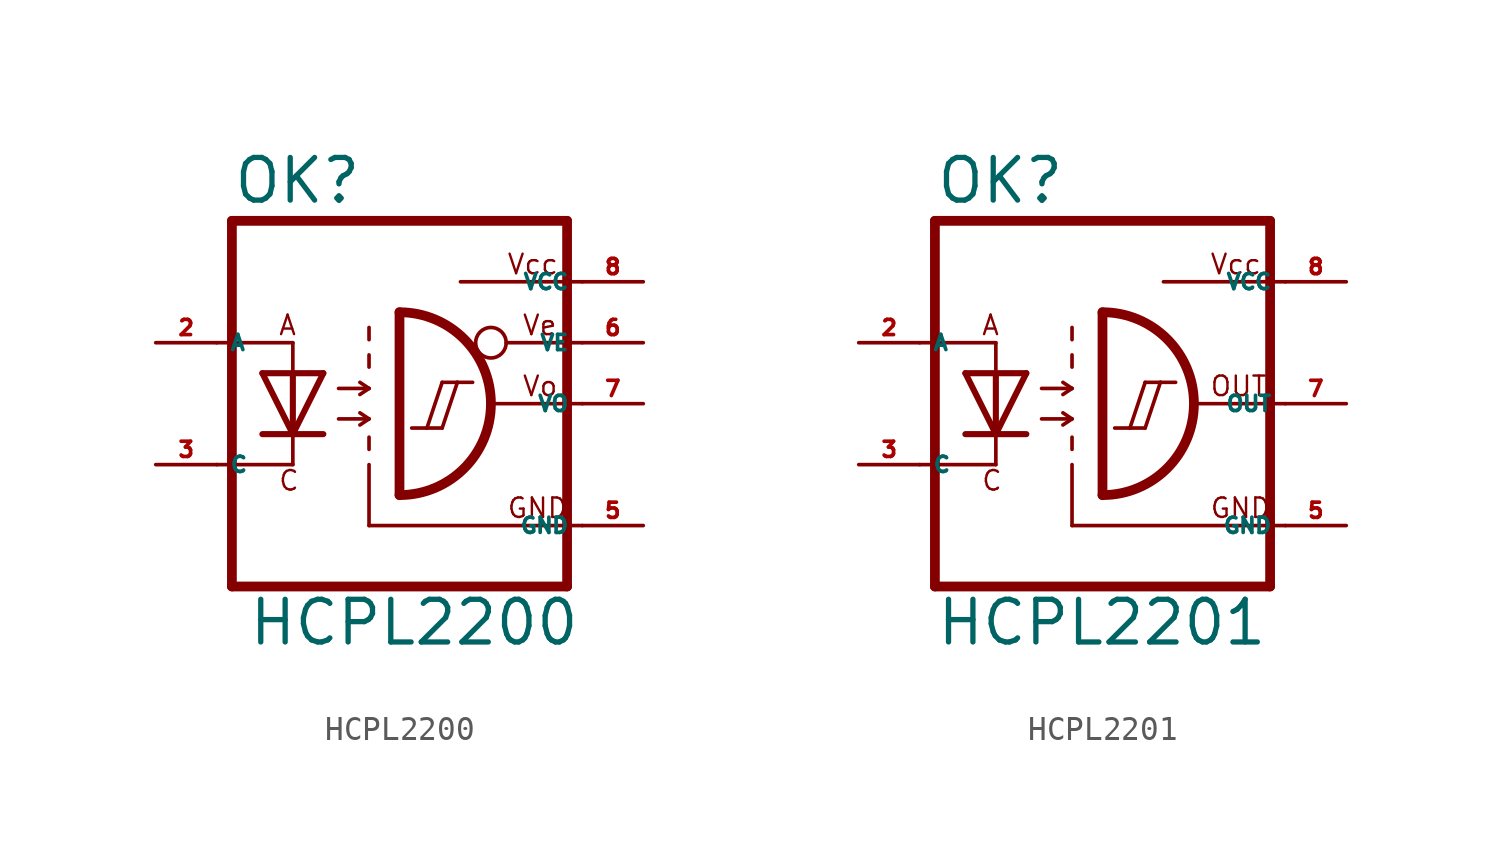
<source format=kicad_sym>
(kicad_symbol_lib
  (version 20220914)
  (generator kicad_symbol_editor)
  (symbol "HCPL2200"
    (property "Reference" "OK"
      (at -6.985 8.255 0)
      (effects (font (size 1.778 1.778) (thickness 0.22)) (justify left bottom)))
    (property "Value" "HCPL2200"
      (at -6.35 -10.16 0)
      (effects (font (size 1.778 1.778) (thickness 0.22)) (justify left bottom)))
    (symbol "HCPL2200_1_1"
      (arc (start 0 -3.81) (mid 3.7934 0) (end 0 3.81) (stroke (width 0.4064) (type default)) (fill (type none)))
      (polyline (pts (xy -7.62 -2.54) (xy -4.445 -2.54)) (stroke (width 0.152) (type default)) (fill (type none)))
      (polyline (pts (xy -7.62 2.54) (xy -4.445 2.54)) (stroke (width 0.152) (type default)) (fill (type none)))
      (polyline (pts (xy -6.985 7.62) (xy -6.985 -7.62)) (stroke (width 0.406) (type default)) (fill (type none)))
      (polyline (pts (xy -4.445 -2.54) (xy -4.445 -1.27)) (stroke (width 0.152) (type default)) (fill (type none)))
      (polyline (pts (xy -4.445 -1.27) (xy -5.715 -1.27)) (stroke (width 0.254) (type default)) (fill (type none)))
      (polyline (pts (xy -4.445 -1.27) (xy -5.715 1.27)) (stroke (width 0.254) (type default)) (fill (type none)))
      (polyline (pts (xy -4.445 1.27) (xy -5.715 1.27)) (stroke (width 0.254) (type default)) (fill (type none)))
      (polyline (pts (xy -4.445 1.27) (xy -4.445 -1.27)) (stroke (width 0.254) (type default)) (fill (type none)))
      (polyline (pts (xy -4.445 1.27) (xy -4.445 2.54)) (stroke (width 0.152) (type default)) (fill (type none)))
      (polyline (pts (xy -3.175 -1.27) (xy -4.445 -1.27)) (stroke (width 0.254) (type default)) (fill (type none)))
      (polyline (pts (xy -3.175 1.27) (xy -4.445 -1.27)) (stroke (width 0.254) (type default)) (fill (type none)))
      (polyline (pts (xy -3.175 1.27) (xy -4.445 1.27)) (stroke (width 0.254) (type default)) (fill (type none)))
      (polyline (pts (xy -2.54 -0.635) (xy -1.27 -0.635)) (stroke (width 0.152) (type default)) (fill (type none)))
      (polyline (pts (xy -2.54 0.635) (xy -1.27 0.635)) (stroke (width 0.152) (type default)) (fill (type none)))
      (polyline (pts (xy -1.27 -5.08) (xy -1.27 -2.54)) (stroke (width 0.152) (type default)) (fill (type none)))
      (polyline (pts (xy -1.27 -5.08) (xy 7.62 -5.08)) (stroke (width 0.152) (type default)) (fill (type none)))
      (polyline (pts (xy -1.27 -1.905) (xy -1.27 -1.397)) (stroke (width 0.152) (type default)) (fill (type none)))
      (polyline (pts (xy -1.27 -0.635) (xy -1.651 -0.889)) (stroke (width 0.152) (type default)) (fill (type none)))
      (polyline (pts (xy -1.27 -0.635) (xy -1.651 -0.381)) (stroke (width 0.152) (type default)) (fill (type none)))
      (polyline (pts (xy -1.27 0.635) (xy -1.651 0.381)) (stroke (width 0.152) (type default)) (fill (type none)))
      (polyline (pts (xy -1.27 0.635) (xy -1.651 0.889)) (stroke (width 0.152) (type default)) (fill (type none)))
      (polyline (pts (xy -1.27 1.524) (xy -1.27 2.032)) (stroke (width 0.152) (type default)) (fill (type none)))
      (polyline (pts (xy -1.27 2.667) (xy -1.27 3.175)) (stroke (width 0.152) (type default)) (fill (type none)))
      (polyline (pts (xy 0 3.81) (xy 0 -3.81)) (stroke (width 0.406) (type default)) (fill (type none)))
      (polyline (pts (xy 0.508 -1.016) (xy 1.143 -1.016)) (stroke (width 0.152) (type default)) (fill (type none)))
      (polyline (pts (xy 1.143 -1.016) (xy 1.778 -1.016)) (stroke (width 0.152) (type default)) (fill (type none)))
      (polyline (pts (xy 1.143 -1.016) (xy 1.778 0.889)) (stroke (width 0.152) (type default)) (fill (type none)))
      (polyline (pts (xy 1.778 -1.016) (xy 2.413 0.889)) (stroke (width 0.152) (type default)) (fill (type none)))
      (polyline (pts (xy 1.778 0.889) (xy 2.413 0.889)) (stroke (width 0.152) (type default)) (fill (type none)))
      (polyline (pts (xy 2.413 0.889) (xy 3.048 0.889)) (stroke (width 0.152) (type default)) (fill (type none)))
      (polyline (pts (xy 2.54 5.08) (xy 7.62 5.08)) (stroke (width 0.152) (type default)) (fill (type none)))
      (polyline (pts (xy 3.937 0) (xy 7.62 0)) (stroke (width 0.152) (type default)) (fill (type none)))
      (polyline (pts (xy 4.445 2.54) (xy 7.62 2.54)) (stroke (width 0.152) (type default)) (fill (type none)))
      (polyline (pts (xy 6.985 -7.62) (xy -6.985 -7.62)) (stroke (width 0.406) (type default)) (fill (type none)))
      (polyline (pts (xy 6.985 7.62) (xy -6.985 7.62)) (stroke (width 0.406) (type default)) (fill (type none)))
      (polyline (pts (xy 6.985 7.62) (xy 6.985 -7.62)) (stroke (width 0.406) (type default)) (fill (type none)))
      (circle (center 3.81 2.54) (radius 0.635) (stroke (width 0.152) (type default)) (fill (type none)))
      (text "A" (at -5.08 2.794 0) (effects (font (size 0.813 0.813) (thickness 0.1)) (justify left bottom)))
      (text "C" (at -5.08 -3.683 0) (effects (font (size 0.813 0.813) (thickness 0.1)) (justify left bottom)))
      (text "GND" (at 4.445 -4.826 0) (effects (font (size 0.813 0.813) (thickness 0.1)) (justify left bottom)))
      (text "Vcc" (at 4.445 5.334 0) (effects (font (size 0.813 0.813) (thickness 0.1)) (justify left bottom)))
      (text "Ve" (at 5.08 2.794 0) (effects (font (size 0.813 0.813) (thickness 0.1)) (justify left bottom)))
      (text "Vo" (at 5.08 0.254 0) (effects (font (size 0.813 0.813) (thickness 0.1)) (justify left bottom)))
      (pin passive line (at -10.16 2.54 0) (length 2.54) (name "A" (effects (font (size 0.635 0.635)))) (number "2" (effects (font (size 0.635 0.635)))))
      (pin passive line (at -10.16 -2.54 0) (length 2.54) (name "C" (effects (font (size 0.635 0.635)))) (number "3" (effects (font (size 0.635 0.635)))))
      (pin passive line (at 10.16 -5.08 180) (length 2.54) (name "GND" (effects (font (size 0.635 0.635)))) (number "5" (effects (font (size 0.635 0.635)))))
      (pin passive line (at 10.16 2.54 180) (length 2.54) (name "VE" (effects (font (size 0.635 0.635)))) (number "6" (effects (font (size 0.635 0.635)))))
      (pin passive line (at 10.16 0 180) (length 2.54) (name "VO" (effects (font (size 0.635 0.635)))) (number "7" (effects (font (size 0.635 0.635)))))
      (pin passive line (at 10.16 5.08 180) (length 2.54) (name "VCC" (effects (font (size 0.635 0.635)))) (number "8" (effects (font (size 0.635 0.635)))))))
  (symbol "HCPL2201"
    (property "Reference" "OK"
      (at -6.985 8.255 0)
      (effects (font (size 1.778 1.778) (thickness 0.22)) (justify left bottom)))
    (property "Value" "HCPL2201"
      (at -6.985 -10.16 0)
      (effects (font (size 1.778 1.778) (thickness 0.22)) (justify left bottom)))
    (symbol "HCPL2201_1_1"
      (arc (start 0 -3.81) (mid 3.7934 0) (end 0 3.81) (stroke (width 0.4064) (type default)) (fill (type none)))
      (polyline (pts (xy -7.62 -2.54) (xy -4.445 -2.54)) (stroke (width 0.152) (type default)) (fill (type none)))
      (polyline (pts (xy -7.62 2.54) (xy -4.445 2.54)) (stroke (width 0.152) (type default)) (fill (type none)))
      (polyline (pts (xy -6.985 7.62) (xy -6.985 -7.62)) (stroke (width 0.406) (type default)) (fill (type none)))
      (polyline (pts (xy -4.445 -2.54) (xy -4.445 -1.27)) (stroke (width 0.152) (type default)) (fill (type none)))
      (polyline (pts (xy -4.445 -1.27) (xy -5.715 -1.27)) (stroke (width 0.254) (type default)) (fill (type none)))
      (polyline (pts (xy -4.445 -1.27) (xy -5.715 1.27)) (stroke (width 0.254) (type default)) (fill (type none)))
      (polyline (pts (xy -4.445 1.27) (xy -5.715 1.27)) (stroke (width 0.254) (type default)) (fill (type none)))
      (polyline (pts (xy -4.445 1.27) (xy -4.445 -1.27)) (stroke (width 0.254) (type default)) (fill (type none)))
      (polyline (pts (xy -4.445 1.27) (xy -4.445 2.54)) (stroke (width 0.152) (type default)) (fill (type none)))
      (polyline (pts (xy -3.175 -1.27) (xy -4.445 -1.27)) (stroke (width 0.254) (type default)) (fill (type none)))
      (polyline (pts (xy -3.175 1.27) (xy -4.445 -1.27)) (stroke (width 0.254) (type default)) (fill (type none)))
      (polyline (pts (xy -3.175 1.27) (xy -4.445 1.27)) (stroke (width 0.254) (type default)) (fill (type none)))
      (polyline (pts (xy -2.54 -0.635) (xy -1.27 -0.635)) (stroke (width 0.152) (type default)) (fill (type none)))
      (polyline (pts (xy -2.54 0.635) (xy -1.27 0.635)) (stroke (width 0.152) (type default)) (fill (type none)))
      (polyline (pts (xy -1.27 -5.08) (xy -1.27 -2.54)) (stroke (width 0.152) (type default)) (fill (type none)))
      (polyline (pts (xy -1.27 -5.08) (xy 7.62 -5.08)) (stroke (width 0.152) (type default)) (fill (type none)))
      (polyline (pts (xy -1.27 -1.905) (xy -1.27 -1.397)) (stroke (width 0.152) (type default)) (fill (type none)))
      (polyline (pts (xy -1.27 -0.635) (xy -1.651 -0.889)) (stroke (width 0.152) (type default)) (fill (type none)))
      (polyline (pts (xy -1.27 -0.635) (xy -1.651 -0.381)) (stroke (width 0.152) (type default)) (fill (type none)))
      (polyline (pts (xy -1.27 0.635) (xy -1.651 0.381)) (stroke (width 0.152) (type default)) (fill (type none)))
      (polyline (pts (xy -1.27 0.635) (xy -1.651 0.889)) (stroke (width 0.152) (type default)) (fill (type none)))
      (polyline (pts (xy -1.27 1.524) (xy -1.27 2.032)) (stroke (width 0.152) (type default)) (fill (type none)))
      (polyline (pts (xy -1.27 2.667) (xy -1.27 3.175)) (stroke (width 0.152) (type default)) (fill (type none)))
      (polyline (pts (xy 0 3.81) (xy 0 -3.81)) (stroke (width 0.406) (type default)) (fill (type none)))
      (polyline (pts (xy 0.508 -1.016) (xy 1.143 -1.016)) (stroke (width 0.152) (type default)) (fill (type none)))
      (polyline (pts (xy 1.143 -1.016) (xy 1.778 -1.016)) (stroke (width 0.152) (type default)) (fill (type none)))
      (polyline (pts (xy 1.143 -1.016) (xy 1.778 0.889)) (stroke (width 0.152) (type default)) (fill (type none)))
      (polyline (pts (xy 1.778 -1.016) (xy 2.413 0.889)) (stroke (width 0.152) (type default)) (fill (type none)))
      (polyline (pts (xy 1.778 0.889) (xy 2.413 0.889)) (stroke (width 0.152) (type default)) (fill (type none)))
      (polyline (pts (xy 2.413 0.889) (xy 3.048 0.889)) (stroke (width 0.152) (type default)) (fill (type none)))
      (polyline (pts (xy 2.54 5.08) (xy 7.62 5.08)) (stroke (width 0.152) (type default)) (fill (type none)))
      (polyline (pts (xy 3.937 0) (xy 7.62 0)) (stroke (width 0.152) (type default)) (fill (type none)))
      (polyline (pts (xy 6.985 -7.62) (xy -6.985 -7.62)) (stroke (width 0.406) (type default)) (fill (type none)))
      (polyline (pts (xy 6.985 7.62) (xy -6.985 7.62)) (stroke (width 0.406) (type default)) (fill (type none)))
      (polyline (pts (xy 6.985 7.62) (xy 6.985 -7.62)) (stroke (width 0.406) (type default)) (fill (type none)))
      (text "A" (at -5.08 2.794 0) (effects (font (size 0.813 0.813) (thickness 0.1)) (justify left bottom)))
      (text "C" (at -5.08 -3.683 0) (effects (font (size 0.813 0.813) (thickness 0.1)) (justify left bottom)))
      (text "GND" (at 4.445 -4.826 0) (effects (font (size 0.813 0.813) (thickness 0.1)) (justify left bottom)))
      (text "OUT" (at 4.445 0.254 0) (effects (font (size 0.813 0.813) (thickness 0.1)) (justify left bottom)))
      (text "Vcc" (at 4.445 5.334 0) (effects (font (size 0.813 0.813) (thickness 0.1)) (justify left bottom)))
      (pin passive line (at -10.16 2.54 0) (length 2.54) (name "A" (effects (font (size 0.635 0.635)))) (number "2" (effects (font (size 0.635 0.635)))))
      (pin passive line (at -10.16 -2.54 0) (length 2.54) (name "C" (effects (font (size 0.635 0.635)))) (number "3" (effects (font (size 0.635 0.635)))))
      (pin passive line (at 10.16 -5.08 180) (length 2.54) (name "GND" (effects (font (size 0.635 0.635)))) (number "5" (effects (font (size 0.635 0.635)))))
      (pin passive line (at 10.16 0 180) (length 2.54) (name "OUT" (effects (font (size 0.635 0.635)))) (number "7" (effects (font (size 0.635 0.635)))))
      (pin passive line (at 10.16 5.08 180) (length 2.54) (name "VCC" (effects (font (size 0.635 0.635)))) (number "8" (effects (font (size 0.635 0.635))))))))
</source>
